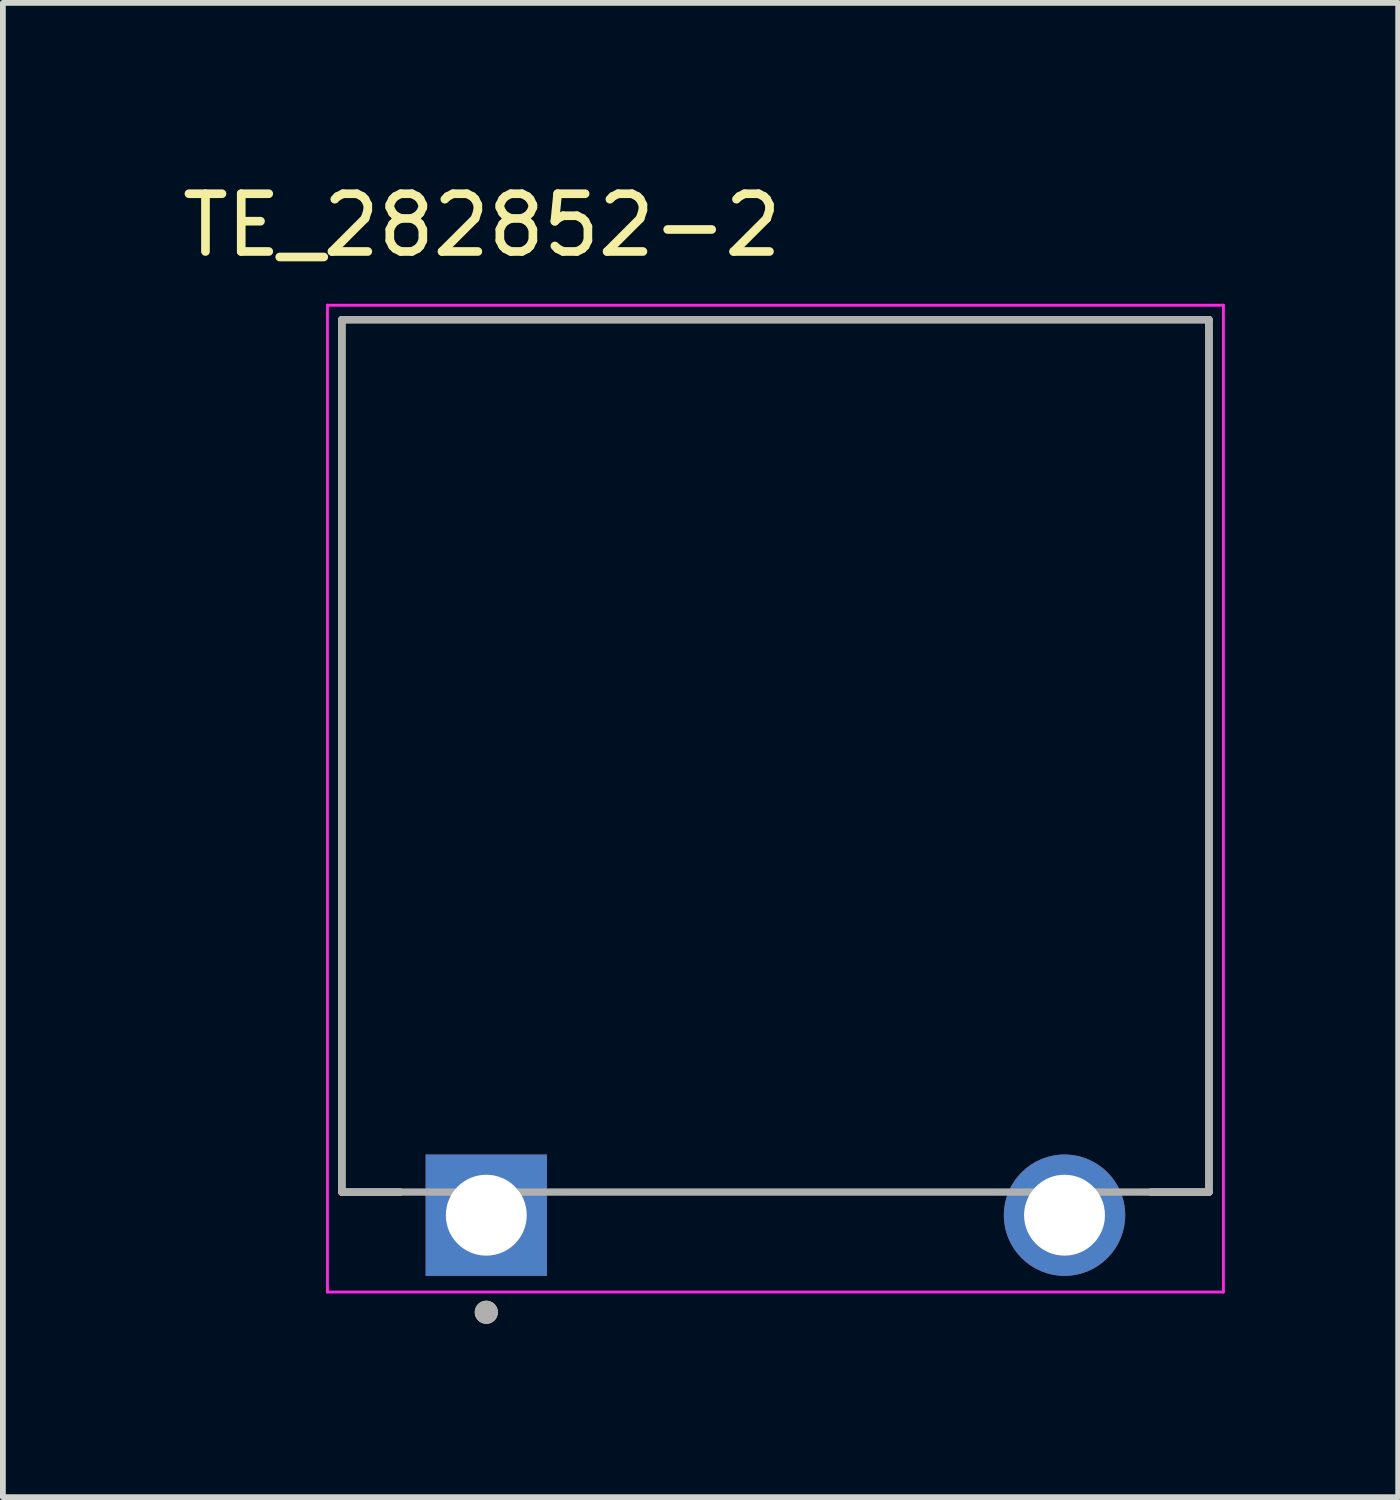
<source format=kicad_pcb>
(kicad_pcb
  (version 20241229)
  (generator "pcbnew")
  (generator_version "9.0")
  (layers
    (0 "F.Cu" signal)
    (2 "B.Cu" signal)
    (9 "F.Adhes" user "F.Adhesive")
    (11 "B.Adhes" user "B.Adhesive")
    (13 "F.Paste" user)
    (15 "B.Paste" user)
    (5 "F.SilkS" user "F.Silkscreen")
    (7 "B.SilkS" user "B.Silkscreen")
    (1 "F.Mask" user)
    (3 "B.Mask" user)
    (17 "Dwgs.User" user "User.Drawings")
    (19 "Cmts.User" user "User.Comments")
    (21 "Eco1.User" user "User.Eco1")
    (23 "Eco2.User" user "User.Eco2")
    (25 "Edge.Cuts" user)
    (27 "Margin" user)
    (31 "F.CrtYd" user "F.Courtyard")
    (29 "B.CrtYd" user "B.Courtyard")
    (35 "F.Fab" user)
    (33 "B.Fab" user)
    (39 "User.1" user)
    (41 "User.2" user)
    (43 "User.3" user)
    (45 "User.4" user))
  (footprint "TE_282852-2"
    (layer "F.Cu")
    (at 10.371 17.983)
    (property "Reference" "TE_282852-2" (at -5.079 -17.135 0) (layer "F.SilkS") (effects (font (size 1 1) (thickness 0.15))))
    (attr through_hole)
    (fp_line (start -7.504 -15.5) (end 7.504 -15.5) (stroke (width 0.127) (type solid)) (layer "F.SilkS"))
    (fp_line (start -7.504 -0.4) (end -7.504 -15.5) (stroke (width 0.127) (type solid)) (layer "F.SilkS"))
    (fp_line (start -7.504 -0.4) (end -6.494 -0.4) (stroke (width 0.127) (type solid)) (layer "F.SilkS"))
    (fp_line (start 6.494 -0.4) (end 7.504 -0.4) (stroke (width 0.127) (type solid)) (layer "F.SilkS"))
    (fp_line (start 7.504 -15.5) (end 7.504 -0.4) (stroke (width 0.127) (type solid)) (layer "F.SilkS"))
    (fp_circle (center -5.004 1.68) (end -4.904 1.68) (stroke (width 0.2) (type solid)) (fill no) (layer "F.SilkS"))
    (fp_line (start -7.754 -15.75) (end 7.754 -15.75) (stroke (width 0.05) (type solid)) (layer "F.CrtYd"))
    (fp_line (start -7.754 1.33) (end -7.754 -15.75) (stroke (width 0.05) (type solid)) (layer "F.CrtYd"))
    (fp_line (start 7.754 -15.75) (end 7.754 1.33) (stroke (width 0.05) (type solid)) (layer "F.CrtYd"))
    (fp_line (start 7.754 1.33) (end -7.754 1.33) (stroke (width 0.05) (type solid)) (layer "F.CrtYd"))
    (fp_line (start -7.504 -15.5) (end 7.504 -15.5) (stroke (width 0.127) (type solid)) (layer "F.Fab"))
    (fp_line (start -7.504 -0.4) (end -7.504 -15.5) (stroke (width 0.127) (type solid)) (layer "F.Fab"))
    (fp_line (start 7.504 -15.5) (end 7.504 -0.4) (stroke (width 0.127) (type solid)) (layer "F.Fab"))
    (fp_line (start 7.504 -0.4) (end -7.504 -0.4) (stroke (width 0.127) (type solid)) (layer "F.Fab"))
    (fp_circle (center -5.004 1.68) (end -4.904 1.68) (stroke (width 0.2) (type solid)) (fill no) (layer "F.Fab"))
    (pad "1" thru_hole rect (at -5.004 0) (size 2.1 2.1) (drill 1.4) (layers "*.Cu" "*.Mask"))
    (pad "2" thru_hole circle (at 5.004 0) (size 2.1 2.1) (drill 1.4) (layers "*.Cu" "*.Mask")))
  (gr_rect
    (start -3 -3)
    (end 21.15 22.863)
    (stroke (width 0.1) (type default))
    (fill no)
    (layer "Edge.Cuts")))
</source>
